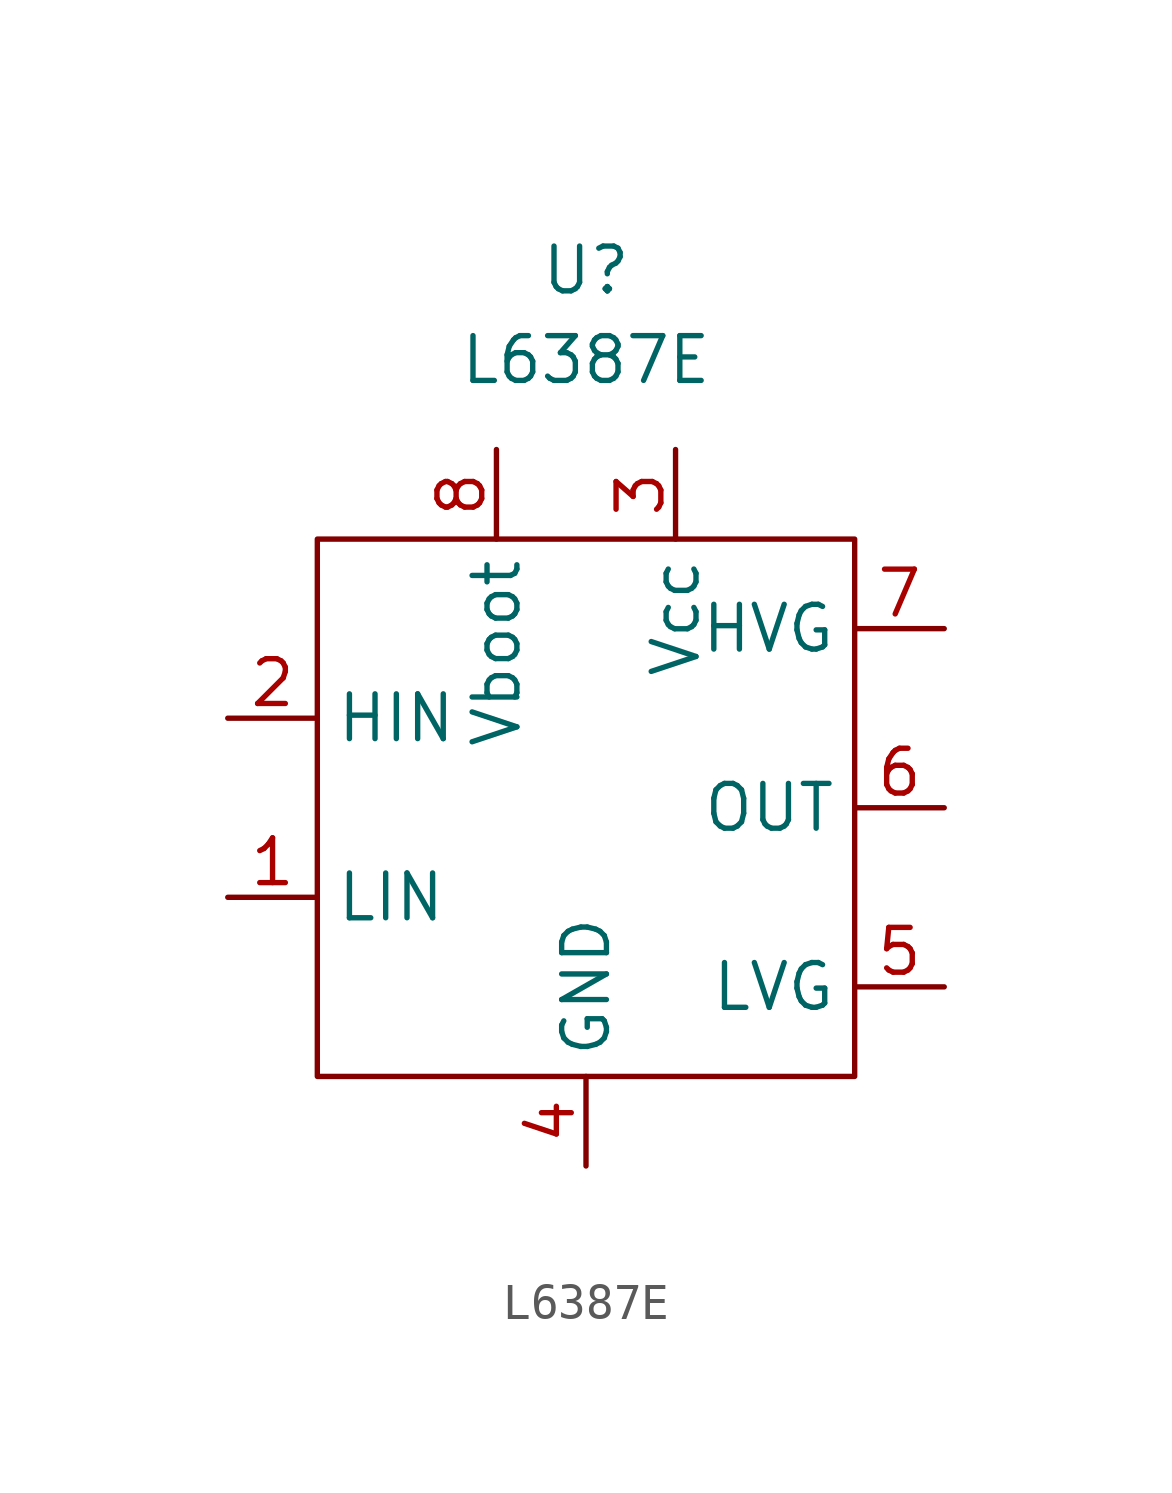
<source format=kicad_sym>
(kicad_symbol_lib
  (version 20211014)
  (generator kicad_symbol_editor)
  (symbol "L6387E"
    (property "Reference" "U"
      (at 0 2.54 0)
      (effects (font (size 1.27 1.27))))
    (property "Value" "L6387E"
      (at 0 0 0)
      (effects (font (size 1.27 1.27))))
    (symbol "L6387E_0_1"
      (rectangle (start 7.62 -5.08) (end -7.62 -20.32) (stroke (width 0) (type default) (color 0 0 0 0)) (fill (type none))))
    (symbol "L6387E_1_1"
      (pin input line (at -10.16 -15.24 0) (length 2.54) (name "LIN" (effects (font (size 1.27 1.27)))) (number "1" (effects (font (size 1.27 1.27)))))
      (pin input line (at -10.16 -10.16 0) (length 2.54) (name "HIN" (effects (font (size 1.27 1.27)))) (number "2" (effects (font (size 1.27 1.27)))))
      (pin input line (at 2.54 -2.54 270) (length 2.54) (name "Vcc" (effects (font (size 1.27 1.27)))) (number "3" (effects (font (size 1.27 1.27)))))
      (pin input line (at 0 -22.86 90) (length 2.54) (name "GND" (effects (font (size 1.27 1.27)))) (number "4" (effects (font (size 1.27 1.27)))))
      (pin input line (at 10.16 -17.78 180) (length 2.54) (name "LVG" (effects (font (size 1.27 1.27)))) (number "5" (effects (font (size 1.27 1.27)))))
      (pin input line (at 10.16 -12.7 180) (length 2.54) (name "OUT" (effects (font (size 1.27 1.27)))) (number "6" (effects (font (size 1.27 1.27)))))
      (pin input line (at 10.16 -7.62 180) (length 2.54) (name "HVG" (effects (font (size 1.27 1.27)))) (number "7" (effects (font (size 1.27 1.27)))))
      (pin input line (at -2.54 -2.54 270) (length 2.54) (name "Vboot" (effects (font (size 1.27 1.27)))) (number "8" (effects (font (size 1.27 1.27))))))))
</source>
